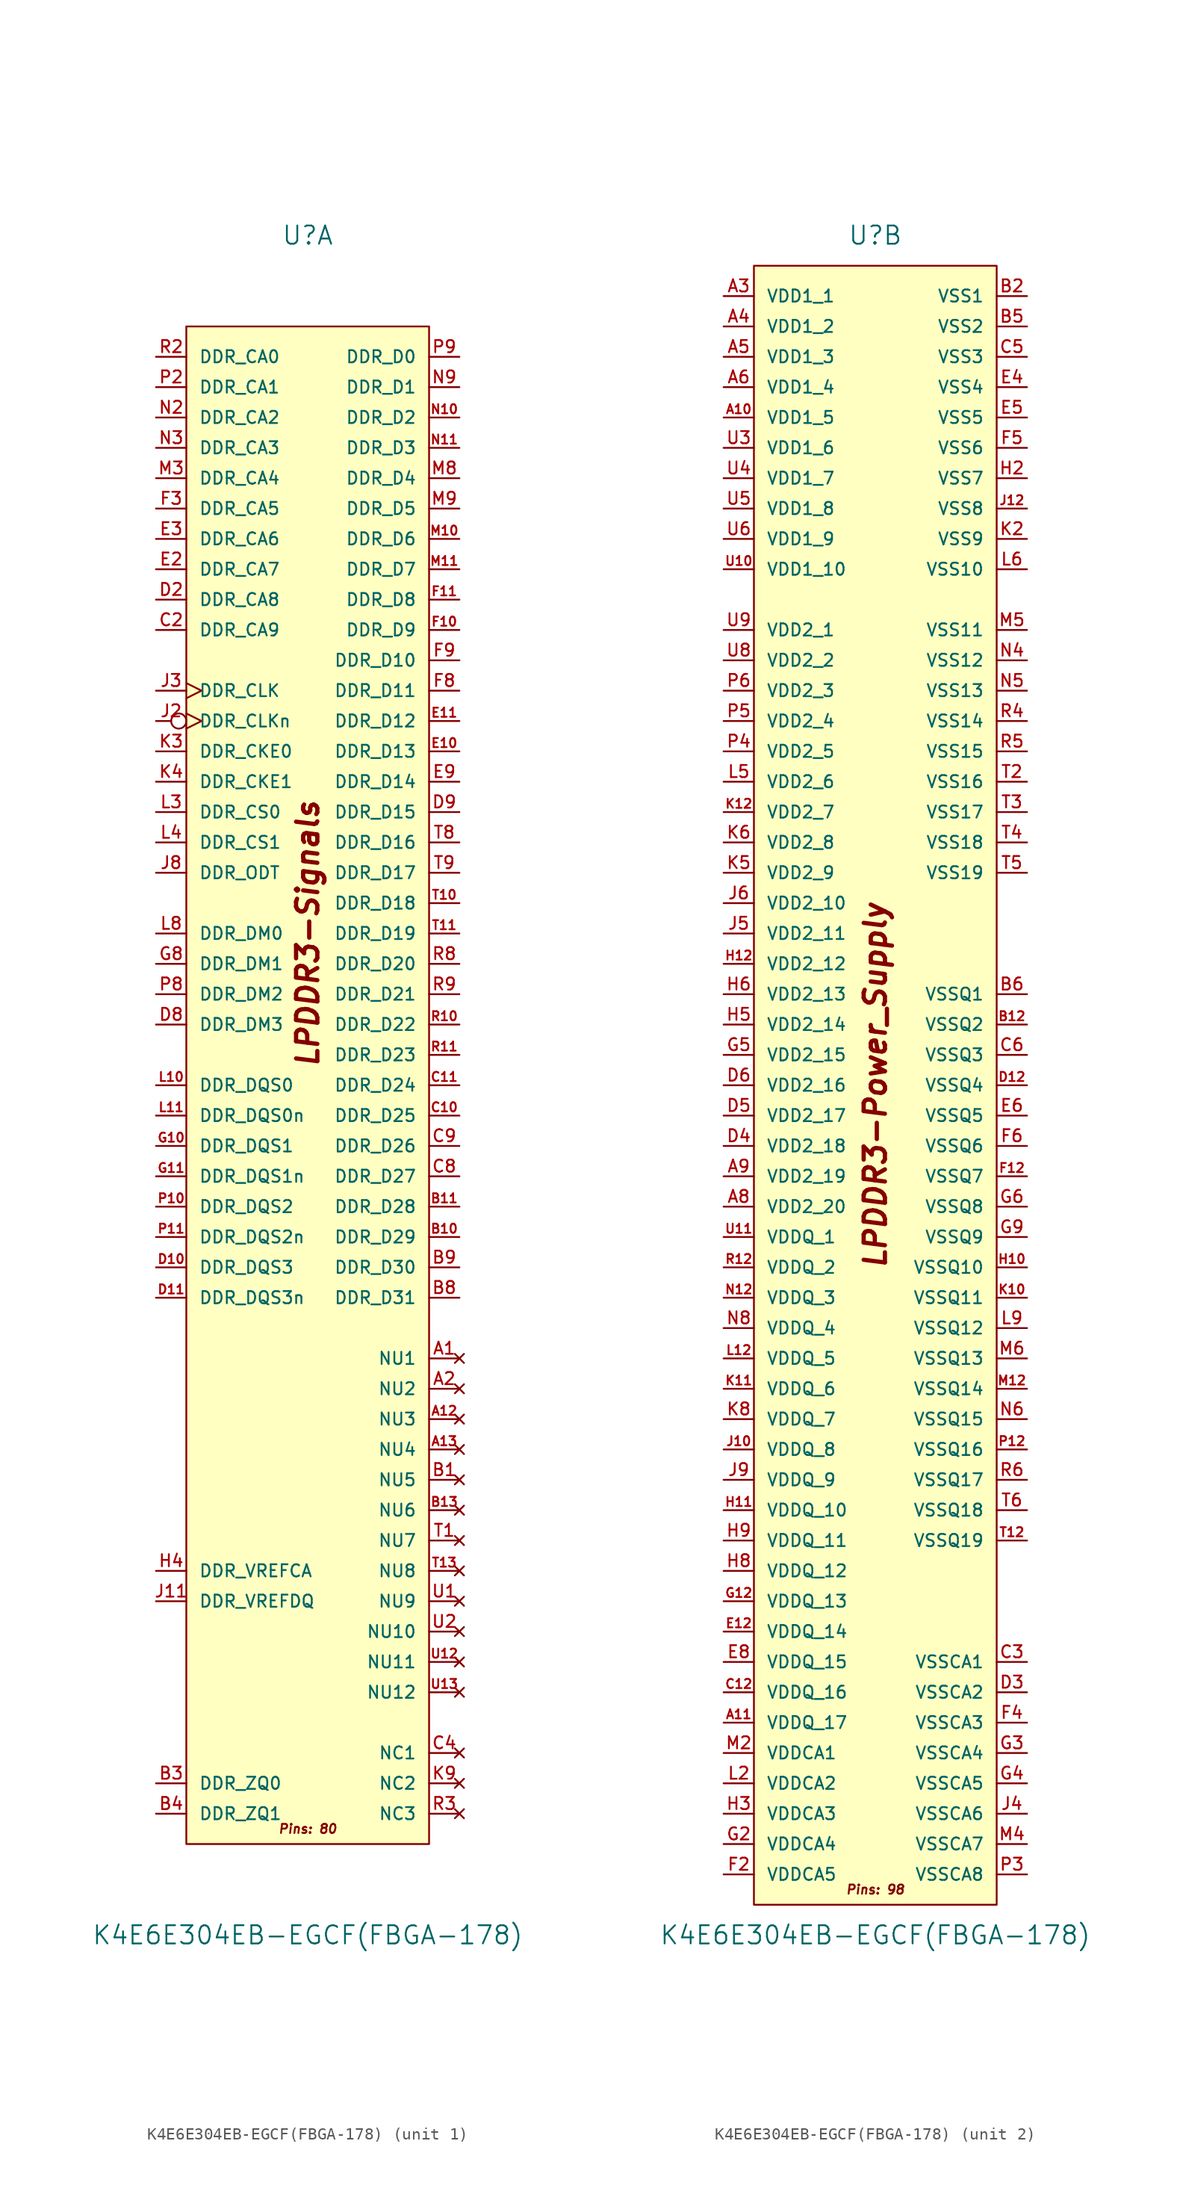
<source format=kicad_sym>
(kicad_symbol_lib
  (version 20220914)
  (generator kicad_symbol_editor)
  (symbol "K4E6E304EB-EGCF(FBGA-178)"
    (pin_names
      (offset 1.016))
    (property "Reference" "U"
      (at 0 71.12 0)
      (effects (font (size 1.524 1.524))))
    (property "Value" "K4E6E304EB-EGCF(FBGA-178)"
      (at 0 -71.12 0)
      (effects (font (size 1.524 1.524))))
    (property "ki_locked" ""
      (at 0 0 0)
      (effects (font (size 1.27 1.27))))
    (symbol "K4E6E304EB-EGCF(FBGA-178)_1_0"
      (rectangle (start -10.16 63.5) (end 10.16 -63.5) (stroke (width 0) (type solid)) (fill (type background)))
      (text "LPDDR3-Signals" (at 0 12.7 900) (effects (font (size 1.778 1.778) bold italic)))
      (text "Pins: 80" (at 0 -62.23 0) (effects (font (size 0.762 0.762) italic))))
    (symbol "K4E6E304EB-EGCF(FBGA-178)_1_1"
      (pin no_connect line (at 12.7 -22.86 180) (length 2.54) (name "NU1" (effects (font (size 1.016 1.016)))) (number "A1" (effects (font (size 1.016 1.016)))))
      (pin no_connect line (at 12.7 -27.94 180) (length 2.54) (name "NU3" (effects (font (size 1.016 1.016)))) (number "A12" (effects (font (size 0.762 0.762)))))
      (pin no_connect line (at 12.7 -30.48 180) (length 2.54) (name "NU4" (effects (font (size 1.016 1.016)))) (number "A13" (effects (font (size 0.762 0.762)))))
      (pin no_connect line (at 12.7 -25.4 180) (length 2.54) (name "NU2" (effects (font (size 1.016 1.016)))) (number "A2" (effects (font (size 1.016 1.016)))))
      (pin no_connect line (at 12.7 -33.02 180) (length 2.54) (name "NU5" (effects (font (size 1.016 1.016)))) (number "B1" (effects (font (size 1.016 1.016)))))
      (pin bidirectional line (at 12.7 -12.7 180) (length 2.54) (name "DDR_D29" (effects (font (size 1.016 1.016)))) (number "B10" (effects (font (size 0.762 0.762)))))
      (pin bidirectional line (at 12.7 -10.16 180) (length 2.54) (name "DDR_D28" (effects (font (size 1.016 1.016)))) (number "B11" (effects (font (size 0.762 0.762)))))
      (pin no_connect line (at 12.7 -35.56 180) (length 2.54) (name "NU6" (effects (font (size 1.016 1.016)))) (number "B13" (effects (font (size 0.762 0.762)))))
      (pin passive line (at -12.7 -58.42 0) (length 2.54) (name "DDR_ZQ0" (effects (font (size 1.016 1.016)))) (number "B3" (effects (font (size 1.016 1.016)))))
      (pin passive line (at -12.7 -60.96 0) (length 2.54) (name "DDR_ZQ1" (effects (font (size 1.016 1.016)))) (number "B4" (effects (font (size 1.016 1.016)))))
      (pin bidirectional line (at 12.7 -17.78 180) (length 2.54) (name "DDR_D31" (effects (font (size 1.016 1.016)))) (number "B8" (effects (font (size 1.016 1.016)))))
      (pin bidirectional line (at 12.7 -15.24 180) (length 2.54) (name "DDR_D30" (effects (font (size 1.016 1.016)))) (number "B9" (effects (font (size 1.016 1.016)))))
      (pin bidirectional line (at 12.7 -2.54 180) (length 2.54) (name "DDR_D25" (effects (font (size 1.016 1.016)))) (number "C10" (effects (font (size 0.762 0.762)))))
      (pin bidirectional line (at 12.7 0 180) (length 2.54) (name "DDR_D24" (effects (font (size 1.016 1.016)))) (number "C11" (effects (font (size 0.762 0.762)))))
      (pin input line (at -12.7 38.1 0) (length 2.54) (name "DDR_CA9" (effects (font (size 1.016 1.016)))) (number "C2" (effects (font (size 1.016 1.016)))))
      (pin no_connect line (at 12.7 -55.88 180) (length 2.54) (name "NC1" (effects (font (size 1.016 1.016)))) (number "C4" (effects (font (size 1.016 1.016)))))
      (pin bidirectional line (at 12.7 -7.62 180) (length 2.54) (name "DDR_D27" (effects (font (size 1.016 1.016)))) (number "C8" (effects (font (size 1.016 1.016)))))
      (pin bidirectional line (at 12.7 -5.08 180) (length 2.54) (name "DDR_D26" (effects (font (size 1.016 1.016)))) (number "C9" (effects (font (size 1.016 1.016)))))
      (pin input line (at -12.7 -15.24 0) (length 2.54) (name "DDR_DQS3" (effects (font (size 1.016 1.016)))) (number "D10" (effects (font (size 0.762 0.762)))))
      (pin input line (at -12.7 -17.78 0) (length 2.54) (name "DDR_DQS3n" (effects (font (size 1.016 1.016)))) (number "D11" (effects (font (size 0.762 0.762)))))
      (pin input line (at -12.7 40.64 0) (length 2.54) (name "DDR_CA8" (effects (font (size 1.016 1.016)))) (number "D2" (effects (font (size 1.016 1.016)))))
      (pin input line (at -12.7 5.08 0) (length 2.54) (name "DDR_DM3" (effects (font (size 1.016 1.016)))) (number "D8" (effects (font (size 1.016 1.016)))))
      (pin bidirectional line (at 12.7 22.86 180) (length 2.54) (name "DDR_D15" (effects (font (size 1.016 1.016)))) (number "D9" (effects (font (size 1.016 1.016)))))
      (pin bidirectional line (at 12.7 27.94 180) (length 2.54) (name "DDR_D13" (effects (font (size 1.016 1.016)))) (number "E10" (effects (font (size 0.762 0.762)))))
      (pin bidirectional line (at 12.7 30.48 180) (length 2.54) (name "DDR_D12" (effects (font (size 1.016 1.016)))) (number "E11" (effects (font (size 0.762 0.762)))))
      (pin input line (at -12.7 43.18 0) (length 2.54) (name "DDR_CA7" (effects (font (size 1.016 1.016)))) (number "E2" (effects (font (size 1.016 1.016)))))
      (pin input line (at -12.7 45.72 0) (length 2.54) (name "DDR_CA6" (effects (font (size 1.016 1.016)))) (number "E3" (effects (font (size 1.016 1.016)))))
      (pin bidirectional line (at 12.7 25.4 180) (length 2.54) (name "DDR_D14" (effects (font (size 1.016 1.016)))) (number "E9" (effects (font (size 1.016 1.016)))))
      (pin bidirectional line (at 12.7 38.1 180) (length 2.54) (name "DDR_D9" (effects (font (size 1.016 1.016)))) (number "F10" (effects (font (size 0.762 0.762)))))
      (pin bidirectional line (at 12.7 40.64 180) (length 2.54) (name "DDR_D8" (effects (font (size 1.016 1.016)))) (number "F11" (effects (font (size 0.762 0.762)))))
      (pin input line (at -12.7 48.26 0) (length 2.54) (name "DDR_CA5" (effects (font (size 1.016 1.016)))) (number "F3" (effects (font (size 1.016 1.016)))))
      (pin bidirectional line (at 12.7 33.02 180) (length 2.54) (name "DDR_D11" (effects (font (size 1.016 1.016)))) (number "F8" (effects (font (size 1.016 1.016)))))
      (pin bidirectional line (at 12.7 35.56 180) (length 2.54) (name "DDR_D10" (effects (font (size 1.016 1.016)))) (number "F9" (effects (font (size 1.016 1.016)))))
      (pin input line (at -12.7 -5.08 0) (length 2.54) (name "DDR_DQS1" (effects (font (size 1.016 1.016)))) (number "G10" (effects (font (size 0.762 0.762)))))
      (pin input line (at -12.7 -7.62 0) (length 2.54) (name "DDR_DQS1n" (effects (font (size 1.016 1.016)))) (number "G11" (effects (font (size 0.762 0.762)))))
      (pin input line (at -12.7 10.16 0) (length 2.54) (name "DDR_DM1" (effects (font (size 1.016 1.016)))) (number "G8" (effects (font (size 1.016 1.016)))))
      (pin input line (at -12.7 -40.64 0) (length 2.54) (name "DDR_VREFCA" (effects (font (size 1.016 1.016)))) (number "H4" (effects (font (size 1.016 1.016)))))
      (pin input line (at -12.7 -43.18 0) (length 2.54) (name "DDR_VREFDQ" (effects (font (size 1.016 1.016)))) (number "J11" (effects (font (size 1.016 1.016)))))
      (pin input inverted_clock (at -12.7 30.48 0) (length 2.54) (name "DDR_CLKn" (effects (font (size 1.016 1.016)))) (number "J2" (effects (font (size 1.016 1.016)))))
      (pin input clock (at -12.7 33.02 0) (length 2.54) (name "DDR_CLK" (effects (font (size 1.016 1.016)))) (number "J3" (effects (font (size 1.016 1.016)))))
      (pin input line (at -12.7 17.78 0) (length 2.54) (name "DDR_ODT" (effects (font (size 1.016 1.016)))) (number "J8" (effects (font (size 1.016 1.016)))))
      (pin input line (at -12.7 27.94 0) (length 2.54) (name "DDR_CKE0" (effects (font (size 1.016 1.016)))) (number "K3" (effects (font (size 1.016 1.016)))))
      (pin input line (at -12.7 25.4 0) (length 2.54) (name "DDR_CKE1" (effects (font (size 1.016 1.016)))) (number "K4" (effects (font (size 1.016 1.016)))))
      (pin no_connect line (at 12.7 -58.42 180) (length 2.54) (name "NC2" (effects (font (size 1.016 1.016)))) (number "K9" (effects (font (size 1.016 1.016)))))
      (pin input line (at -12.7 0 0) (length 2.54) (name "DDR_DQS0" (effects (font (size 1.016 1.016)))) (number "L10" (effects (font (size 0.762 0.762)))))
      (pin input line (at -12.7 -2.54 0) (length 2.54) (name "DDR_DQS0n" (effects (font (size 1.016 1.016)))) (number "L11" (effects (font (size 0.762 0.762)))))
      (pin input line (at -12.7 22.86 0) (length 2.54) (name "DDR_CS0" (effects (font (size 1.016 1.016)))) (number "L3" (effects (font (size 1.016 1.016)))))
      (pin input line (at -12.7 20.32 0) (length 2.54) (name "DDR_CS1" (effects (font (size 1.016 1.016)))) (number "L4" (effects (font (size 1.016 1.016)))))
      (pin input line (at -12.7 12.7 0) (length 2.54) (name "DDR_DM0" (effects (font (size 1.016 1.016)))) (number "L8" (effects (font (size 1.016 1.016)))))
      (pin bidirectional line (at 12.7 45.72 180) (length 2.54) (name "DDR_D6" (effects (font (size 1.016 1.016)))) (number "M10" (effects (font (size 0.762 0.762)))))
      (pin bidirectional line (at 12.7 43.18 180) (length 2.54) (name "DDR_D7" (effects (font (size 1.016 1.016)))) (number "M11" (effects (font (size 0.762 0.762)))))
      (pin input line (at -12.7 50.8 0) (length 2.54) (name "DDR_CA4" (effects (font (size 1.016 1.016)))) (number "M3" (effects (font (size 1.016 1.016)))))
      (pin bidirectional line (at 12.7 50.8 180) (length 2.54) (name "DDR_D4" (effects (font (size 1.016 1.016)))) (number "M8" (effects (font (size 1.016 1.016)))))
      (pin bidirectional line (at 12.7 48.26 180) (length 2.54) (name "DDR_D5" (effects (font (size 1.016 1.016)))) (number "M9" (effects (font (size 1.016 1.016)))))
      (pin bidirectional line (at 12.7 55.88 180) (length 2.54) (name "DDR_D2" (effects (font (size 1.016 1.016)))) (number "N10" (effects (font (size 0.762 0.762)))))
      (pin bidirectional line (at 12.7 53.34 180) (length 2.54) (name "DDR_D3" (effects (font (size 1.016 1.016)))) (number "N11" (effects (font (size 0.762 0.762)))))
      (pin input line (at -12.7 55.88 0) (length 2.54) (name "DDR_CA2" (effects (font (size 1.016 1.016)))) (number "N2" (effects (font (size 1.016 1.016)))))
      (pin input line (at -12.7 53.34 0) (length 2.54) (name "DDR_CA3" (effects (font (size 1.016 1.016)))) (number "N3" (effects (font (size 1.016 1.016)))))
      (pin bidirectional line (at 12.7 58.42 180) (length 2.54) (name "DDR_D1" (effects (font (size 1.016 1.016)))) (number "N9" (effects (font (size 1.016 1.016)))))
      (pin input line (at -12.7 -10.16 0) (length 2.54) (name "DDR_DQS2" (effects (font (size 1.016 1.016)))) (number "P10" (effects (font (size 0.762 0.762)))))
      (pin input line (at -12.7 -12.7 0) (length 2.54) (name "DDR_DQS2n" (effects (font (size 1.016 1.016)))) (number "P11" (effects (font (size 0.762 0.762)))))
      (pin input line (at -12.7 58.42 0) (length 2.54) (name "DDR_CA1" (effects (font (size 1.016 1.016)))) (number "P2" (effects (font (size 1.016 1.016)))))
      (pin input line (at -12.7 7.62 0) (length 2.54) (name "DDR_DM2" (effects (font (size 1.016 1.016)))) (number "P8" (effects (font (size 1.016 1.016)))))
      (pin bidirectional line (at 12.7 60.96 180) (length 2.54) (name "DDR_D0" (effects (font (size 1.016 1.016)))) (number "P9" (effects (font (size 1.016 1.016)))))
      (pin bidirectional line (at 12.7 5.08 180) (length 2.54) (name "DDR_D22" (effects (font (size 1.016 1.016)))) (number "R10" (effects (font (size 0.762 0.762)))))
      (pin bidirectional line (at 12.7 2.54 180) (length 2.54) (name "DDR_D23" (effects (font (size 1.016 1.016)))) (number "R11" (effects (font (size 0.762 0.762)))))
      (pin input line (at -12.7 60.96 0) (length 2.54) (name "DDR_CA0" (effects (font (size 1.016 1.016)))) (number "R2" (effects (font (size 1.016 1.016)))))
      (pin no_connect line (at 12.7 -60.96 180) (length 2.54) (name "NC3" (effects (font (size 1.016 1.016)))) (number "R3" (effects (font (size 1.016 1.016)))))
      (pin bidirectional line (at 12.7 10.16 180) (length 2.54) (name "DDR_D20" (effects (font (size 1.016 1.016)))) (number "R8" (effects (font (size 1.016 1.016)))))
      (pin bidirectional line (at 12.7 7.62 180) (length 2.54) (name "DDR_D21" (effects (font (size 1.016 1.016)))) (number "R9" (effects (font (size 1.016 1.016)))))
      (pin no_connect line (at 12.7 -38.1 180) (length 2.54) (name "NU7" (effects (font (size 1.016 1.016)))) (number "T1" (effects (font (size 1.016 1.016)))))
      (pin bidirectional line (at 12.7 15.24 180) (length 2.54) (name "DDR_D18" (effects (font (size 1.016 1.016)))) (number "T10" (effects (font (size 0.762 0.762)))))
      (pin bidirectional line (at 12.7 12.7 180) (length 2.54) (name "DDR_D19" (effects (font (size 1.016 1.016)))) (number "T11" (effects (font (size 0.762 0.762)))))
      (pin no_connect line (at 12.7 -40.64 180) (length 2.54) (name "NU8" (effects (font (size 1.016 1.016)))) (number "T13" (effects (font (size 0.762 0.762)))))
      (pin bidirectional line (at 12.7 20.32 180) (length 2.54) (name "DDR_D16" (effects (font (size 1.016 1.016)))) (number "T8" (effects (font (size 1.016 1.016)))))
      (pin bidirectional line (at 12.7 17.78 180) (length 2.54) (name "DDR_D17" (effects (font (size 1.016 1.016)))) (number "T9" (effects (font (size 1.016 1.016)))))
      (pin no_connect line (at 12.7 -43.18 180) (length 2.54) (name "NU9" (effects (font (size 1.016 1.016)))) (number "U1" (effects (font (size 1.016 1.016)))))
      (pin no_connect line (at 12.7 -48.26 180) (length 2.54) (name "NU11" (effects (font (size 1.016 1.016)))) (number "U12" (effects (font (size 0.762 0.762)))))
      (pin no_connect line (at 12.7 -50.8 180) (length 2.54) (name "NU12" (effects (font (size 1.016 1.016)))) (number "U13" (effects (font (size 0.762 0.762)))))
      (pin no_connect line (at 12.7 -45.72 180) (length 2.54) (name "NU10" (effects (font (size 1.016 1.016)))) (number "U2" (effects (font (size 1.016 1.016))))))
    (symbol "K4E6E304EB-EGCF(FBGA-178)_2_0"
      (rectangle (start -10.16 68.58) (end 10.16 -68.58) (stroke (width 0) (type solid)) (fill (type background)))
      (text "LPDDR3-Power_Supply" (at 0 0 900) (effects (font (size 1.778 1.778) bold italic)))
      (text "Pins: 98" (at 0 -67.31 0) (effects (font (size 0.762 0.762) italic))))
    (symbol "K4E6E304EB-EGCF(FBGA-178)_2_1"
      (pin power_in line (at -12.7 55.88 0) (length 2.54) (name "VDD1_5" (effects (font (size 1.016 1.016)))) (number "A10" (effects (font (size 0.762 0.762)))))
      (pin power_in line (at -12.7 -53.34 0) (length 2.54) (name "VDDQ_17" (effects (font (size 1.016 1.016)))) (number "A11" (effects (font (size 0.762 0.762)))))
      (pin power_in line (at -12.7 66.04 0) (length 2.54) (name "VDD1_1" (effects (font (size 1.016 1.016)))) (number "A3" (effects (font (size 1.016 1.016)))))
      (pin power_in line (at -12.7 63.5 0) (length 2.54) (name "VDD1_2" (effects (font (size 1.016 1.016)))) (number "A4" (effects (font (size 1.016 1.016)))))
      (pin power_in line (at -12.7 60.96 0) (length 2.54) (name "VDD1_3" (effects (font (size 1.016 1.016)))) (number "A5" (effects (font (size 1.016 1.016)))))
      (pin power_in line (at -12.7 58.42 0) (length 2.54) (name "VDD1_4" (effects (font (size 1.016 1.016)))) (number "A6" (effects (font (size 1.016 1.016)))))
      (pin power_in line (at -12.7 -10.16 0) (length 2.54) (name "VDD2_20" (effects (font (size 1.016 1.016)))) (number "A8" (effects (font (size 1.016 1.016)))))
      (pin power_in line (at -12.7 -7.62 0) (length 2.54) (name "VDD2_19" (effects (font (size 1.016 1.016)))) (number "A9" (effects (font (size 1.016 1.016)))))
      (pin power_in line (at 12.7 5.08 180) (length 2.54) (name "VSSQ2" (effects (font (size 1.016 1.016)))) (number "B12" (effects (font (size 0.762 0.762)))))
      (pin power_in line (at 12.7 66.04 180) (length 2.54) (name "VSS1" (effects (font (size 1.016 1.016)))) (number "B2" (effects (font (size 1.016 1.016)))))
      (pin power_in line (at 12.7 63.5 180) (length 2.54) (name "VSS2" (effects (font (size 1.016 1.016)))) (number "B5" (effects (font (size 1.016 1.016)))))
      (pin power_in line (at 12.7 7.62 180) (length 2.54) (name "VSSQ1" (effects (font (size 1.016 1.016)))) (number "B6" (effects (font (size 1.016 1.016)))))
      (pin power_in line (at -12.7 -50.8 0) (length 2.54) (name "VDDQ_16" (effects (font (size 1.016 1.016)))) (number "C12" (effects (font (size 0.762 0.762)))))
      (pin power_in line (at 12.7 -48.26 180) (length 2.54) (name "VSSCA1" (effects (font (size 1.016 1.016)))) (number "C3" (effects (font (size 1.016 1.016)))))
      (pin power_in line (at 12.7 60.96 180) (length 2.54) (name "VSS3" (effects (font (size 1.016 1.016)))) (number "C5" (effects (font (size 1.016 1.016)))))
      (pin power_in line (at 12.7 2.54 180) (length 2.54) (name "VSSQ3" (effects (font (size 1.016 1.016)))) (number "C6" (effects (font (size 1.016 1.016)))))
      (pin power_in line (at 12.7 0 180) (length 2.54) (name "VSSQ4" (effects (font (size 1.016 1.016)))) (number "D12" (effects (font (size 0.762 0.762)))))
      (pin power_in line (at 12.7 -50.8 180) (length 2.54) (name "VSSCA2" (effects (font (size 1.016 1.016)))) (number "D3" (effects (font (size 1.016 1.016)))))
      (pin power_in line (at -12.7 -5.08 0) (length 2.54) (name "VDD2_18" (effects (font (size 1.016 1.016)))) (number "D4" (effects (font (size 1.016 1.016)))))
      (pin power_in line (at -12.7 -2.54 0) (length 2.54) (name "VDD2_17" (effects (font (size 1.016 1.016)))) (number "D5" (effects (font (size 1.016 1.016)))))
      (pin power_in line (at -12.7 0 0) (length 2.54) (name "VDD2_16" (effects (font (size 1.016 1.016)))) (number "D6" (effects (font (size 1.016 1.016)))))
      (pin power_in line (at -12.7 -45.72 0) (length 2.54) (name "VDDQ_14" (effects (font (size 1.016 1.016)))) (number "E12" (effects (font (size 0.762 0.762)))))
      (pin power_in line (at 12.7 58.42 180) (length 2.54) (name "VSS4" (effects (font (size 1.016 1.016)))) (number "E4" (effects (font (size 1.016 1.016)))))
      (pin power_in line (at 12.7 55.88 180) (length 2.54) (name "VSS5" (effects (font (size 1.016 1.016)))) (number "E5" (effects (font (size 1.016 1.016)))))
      (pin power_in line (at 12.7 -2.54 180) (length 2.54) (name "VSSQ5" (effects (font (size 1.016 1.016)))) (number "E6" (effects (font (size 1.016 1.016)))))
      (pin power_in line (at -12.7 -48.26 0) (length 2.54) (name "VDDQ_15" (effects (font (size 1.016 1.016)))) (number "E8" (effects (font (size 1.016 1.016)))))
      (pin power_in line (at 12.7 -7.62 180) (length 2.54) (name "VSSQ7" (effects (font (size 1.016 1.016)))) (number "F12" (effects (font (size 0.762 0.762)))))
      (pin power_in line (at -12.7 -66.04 0) (length 2.54) (name "VDDCA5" (effects (font (size 1.016 1.016)))) (number "F2" (effects (font (size 1.016 1.016)))))
      (pin power_in line (at 12.7 -53.34 180) (length 2.54) (name "VSSCA3" (effects (font (size 1.016 1.016)))) (number "F4" (effects (font (size 1.016 1.016)))))
      (pin power_in line (at 12.7 53.34 180) (length 2.54) (name "VSS6" (effects (font (size 1.016 1.016)))) (number "F5" (effects (font (size 1.016 1.016)))))
      (pin power_in line (at 12.7 -5.08 180) (length 2.54) (name "VSSQ6" (effects (font (size 1.016 1.016)))) (number "F6" (effects (font (size 1.016 1.016)))))
      (pin power_in line (at -12.7 -43.18 0) (length 2.54) (name "VDDQ_13" (effects (font (size 1.016 1.016)))) (number "G12" (effects (font (size 0.762 0.762)))))
      (pin power_in line (at -12.7 -63.5 0) (length 2.54) (name "VDDCA4" (effects (font (size 1.016 1.016)))) (number "G2" (effects (font (size 1.016 1.016)))))
      (pin power_in line (at 12.7 -55.88 180) (length 2.54) (name "VSSCA4" (effects (font (size 1.016 1.016)))) (number "G3" (effects (font (size 1.016 1.016)))))
      (pin power_in line (at 12.7 -58.42 180) (length 2.54) (name "VSSCA5" (effects (font (size 1.016 1.016)))) (number "G4" (effects (font (size 1.016 1.016)))))
      (pin power_in line (at -12.7 2.54 0) (length 2.54) (name "VDD2_15" (effects (font (size 1.016 1.016)))) (number "G5" (effects (font (size 1.016 1.016)))))
      (pin power_in line (at 12.7 -10.16 180) (length 2.54) (name "VSSQ8" (effects (font (size 1.016 1.016)))) (number "G6" (effects (font (size 1.016 1.016)))))
      (pin power_in line (at 12.7 -12.7 180) (length 2.54) (name "VSSQ9" (effects (font (size 1.016 1.016)))) (number "G9" (effects (font (size 1.016 1.016)))))
      (pin power_in line (at 12.7 -15.24 180) (length 2.54) (name "VSSQ10" (effects (font (size 1.016 1.016)))) (number "H10" (effects (font (size 0.762 0.762)))))
      (pin power_in line (at -12.7 -35.56 0) (length 2.54) (name "VDDQ_10" (effects (font (size 1.016 1.016)))) (number "H11" (effects (font (size 0.762 0.762)))))
      (pin power_in line (at -12.7 10.16 0) (length 2.54) (name "VDD2_12" (effects (font (size 1.016 1.016)))) (number "H12" (effects (font (size 0.762 0.762)))))
      (pin power_in line (at 12.7 50.8 180) (length 2.54) (name "VSS7" (effects (font (size 1.016 1.016)))) (number "H2" (effects (font (size 1.016 1.016)))))
      (pin power_in line (at -12.7 -60.96 0) (length 2.54) (name "VDDCA3" (effects (font (size 1.016 1.016)))) (number "H3" (effects (font (size 1.016 1.016)))))
      (pin power_in line (at -12.7 5.08 0) (length 2.54) (name "VDD2_14" (effects (font (size 1.016 1.016)))) (number "H5" (effects (font (size 1.016 1.016)))))
      (pin power_in line (at -12.7 7.62 0) (length 2.54) (name "VDD2_13" (effects (font (size 1.016 1.016)))) (number "H6" (effects (font (size 1.016 1.016)))))
      (pin power_in line (at -12.7 -40.64 0) (length 2.54) (name "VDDQ_12" (effects (font (size 1.016 1.016)))) (number "H8" (effects (font (size 1.016 1.016)))))
      (pin power_in line (at -12.7 -38.1 0) (length 2.54) (name "VDDQ_11" (effects (font (size 1.016 1.016)))) (number "H9" (effects (font (size 1.016 1.016)))))
      (pin power_in line (at -12.7 -30.48 0) (length 2.54) (name "VDDQ_8" (effects (font (size 1.016 1.016)))) (number "J10" (effects (font (size 0.762 0.762)))))
      (pin power_in line (at 12.7 48.26 180) (length 2.54) (name "VSS8" (effects (font (size 1.016 1.016)))) (number "J12" (effects (font (size 0.762 0.762)))))
      (pin power_in line (at 12.7 -60.96 180) (length 2.54) (name "VSSCA6" (effects (font (size 1.016 1.016)))) (number "J4" (effects (font (size 1.016 1.016)))))
      (pin power_in line (at -12.7 12.7 0) (length 2.54) (name "VDD2_11" (effects (font (size 1.016 1.016)))) (number "J5" (effects (font (size 1.016 1.016)))))
      (pin power_in line (at -12.7 15.24 0) (length 2.54) (name "VDD2_10" (effects (font (size 1.016 1.016)))) (number "J6" (effects (font (size 1.016 1.016)))))
      (pin power_in line (at -12.7 -33.02 0) (length 2.54) (name "VDDQ_9" (effects (font (size 1.016 1.016)))) (number "J9" (effects (font (size 1.016 1.016)))))
      (pin power_in line (at 12.7 -17.78 180) (length 2.54) (name "VSSQ11" (effects (font (size 1.016 1.016)))) (number "K10" (effects (font (size 0.762 0.762)))))
      (pin power_in line (at -12.7 -25.4 0) (length 2.54) (name "VDDQ_6" (effects (font (size 1.016 1.016)))) (number "K11" (effects (font (size 0.762 0.762)))))
      (pin power_in line (at -12.7 22.86 0) (length 2.54) (name "VDD2_7" (effects (font (size 1.016 1.016)))) (number "K12" (effects (font (size 0.762 0.762)))))
      (pin power_in line (at 12.7 45.72 180) (length 2.54) (name "VSS9" (effects (font (size 1.016 1.016)))) (number "K2" (effects (font (size 1.016 1.016)))))
      (pin power_in line (at -12.7 17.78 0) (length 2.54) (name "VDD2_9" (effects (font (size 1.016 1.016)))) (number "K5" (effects (font (size 1.016 1.016)))))
      (pin power_in line (at -12.7 20.32 0) (length 2.54) (name "VDD2_8" (effects (font (size 1.016 1.016)))) (number "K6" (effects (font (size 1.016 1.016)))))
      (pin power_in line (at -12.7 -27.94 0) (length 2.54) (name "VDDQ_7" (effects (font (size 1.016 1.016)))) (number "K8" (effects (font (size 1.016 1.016)))))
      (pin power_in line (at -12.7 -22.86 0) (length 2.54) (name "VDDQ_5" (effects (font (size 1.016 1.016)))) (number "L12" (effects (font (size 0.762 0.762)))))
      (pin power_in line (at -12.7 -58.42 0) (length 2.54) (name "VDDCA2" (effects (font (size 1.016 1.016)))) (number "L2" (effects (font (size 1.016 1.016)))))
      (pin power_in line (at -12.7 25.4 0) (length 2.54) (name "VDD2_6" (effects (font (size 1.016 1.016)))) (number "L5" (effects (font (size 1.016 1.016)))))
      (pin power_in line (at 12.7 43.18 180) (length 2.54) (name "VSS10" (effects (font (size 1.016 1.016)))) (number "L6" (effects (font (size 1.016 1.016)))))
      (pin power_in line (at 12.7 -20.32 180) (length 2.54) (name "VSSQ12" (effects (font (size 1.016 1.016)))) (number "L9" (effects (font (size 1.016 1.016)))))
      (pin power_in line (at 12.7 -25.4 180) (length 2.54) (name "VSSQ14" (effects (font (size 1.016 1.016)))) (number "M12" (effects (font (size 0.762 0.762)))))
      (pin power_in line (at -12.7 -55.88 0) (length 2.54) (name "VDDCA1" (effects (font (size 1.016 1.016)))) (number "M2" (effects (font (size 1.016 1.016)))))
      (pin power_in line (at 12.7 -63.5 180) (length 2.54) (name "VSSCA7" (effects (font (size 1.016 1.016)))) (number "M4" (effects (font (size 1.016 1.016)))))
      (pin power_in line (at 12.7 38.1 180) (length 2.54) (name "VSS11" (effects (font (size 1.016 1.016)))) (number "M5" (effects (font (size 1.016 1.016)))))
      (pin power_in line (at 12.7 -22.86 180) (length 2.54) (name "VSSQ13" (effects (font (size 1.016 1.016)))) (number "M6" (effects (font (size 1.016 1.016)))))
      (pin power_in line (at -12.7 -17.78 0) (length 2.54) (name "VDDQ_3" (effects (font (size 1.016 1.016)))) (number "N12" (effects (font (size 0.762 0.762)))))
      (pin power_in line (at 12.7 35.56 180) (length 2.54) (name "VSS12" (effects (font (size 1.016 1.016)))) (number "N4" (effects (font (size 1.016 1.016)))))
      (pin power_in line (at 12.7 33.02 180) (length 2.54) (name "VSS13" (effects (font (size 1.016 1.016)))) (number "N5" (effects (font (size 1.016 1.016)))))
      (pin power_in line (at 12.7 -27.94 180) (length 2.54) (name "VSSQ15" (effects (font (size 1.016 1.016)))) (number "N6" (effects (font (size 1.016 1.016)))))
      (pin power_in line (at -12.7 -20.32 0) (length 2.54) (name "VDDQ_4" (effects (font (size 1.016 1.016)))) (number "N8" (effects (font (size 1.016 1.016)))))
      (pin power_in line (at 12.7 -30.48 180) (length 2.54) (name "VSSQ16" (effects (font (size 1.016 1.016)))) (number "P12" (effects (font (size 0.762 0.762)))))
      (pin power_in line (at 12.7 -66.04 180) (length 2.54) (name "VSSCA8" (effects (font (size 1.016 1.016)))) (number "P3" (effects (font (size 1.016 1.016)))))
      (pin power_in line (at -12.7 27.94 0) (length 2.54) (name "VDD2_5" (effects (font (size 1.016 1.016)))) (number "P4" (effects (font (size 1.016 1.016)))))
      (pin power_in line (at -12.7 30.48 0) (length 2.54) (name "VDD2_4" (effects (font (size 1.016 1.016)))) (number "P5" (effects (font (size 1.016 1.016)))))
      (pin power_in line (at -12.7 33.02 0) (length 2.54) (name "VDD2_3" (effects (font (size 1.016 1.016)))) (number "P6" (effects (font (size 1.016 1.016)))))
      (pin power_in line (at -12.7 -15.24 0) (length 2.54) (name "VDDQ_2" (effects (font (size 1.016 1.016)))) (number "R12" (effects (font (size 0.762 0.762)))))
      (pin power_in line (at 12.7 30.48 180) (length 2.54) (name "VSS14" (effects (font (size 1.016 1.016)))) (number "R4" (effects (font (size 1.016 1.016)))))
      (pin power_in line (at 12.7 27.94 180) (length 2.54) (name "VSS15" (effects (font (size 1.016 1.016)))) (number "R5" (effects (font (size 1.016 1.016)))))
      (pin power_in line (at 12.7 -33.02 180) (length 2.54) (name "VSSQ17" (effects (font (size 1.016 1.016)))) (number "R6" (effects (font (size 1.016 1.016)))))
      (pin power_in line (at 12.7 -38.1 180) (length 2.54) (name "VSSQ19" (effects (font (size 1.016 1.016)))) (number "T12" (effects (font (size 0.762 0.762)))))
      (pin power_in line (at 12.7 25.4 180) (length 2.54) (name "VSS16" (effects (font (size 1.016 1.016)))) (number "T2" (effects (font (size 1.016 1.016)))))
      (pin power_in line (at 12.7 22.86 180) (length 2.54) (name "VSS17" (effects (font (size 1.016 1.016)))) (number "T3" (effects (font (size 1.016 1.016)))))
      (pin power_in line (at 12.7 20.32 180) (length 2.54) (name "VSS18" (effects (font (size 1.016 1.016)))) (number "T4" (effects (font (size 1.016 1.016)))))
      (pin power_in line (at 12.7 17.78 180) (length 2.54) (name "VSS19" (effects (font (size 1.016 1.016)))) (number "T5" (effects (font (size 1.016 1.016)))))
      (pin power_in line (at 12.7 -35.56 180) (length 2.54) (name "VSSQ18" (effects (font (size 1.016 1.016)))) (number "T6" (effects (font (size 1.016 1.016)))))
      (pin power_in line (at -12.7 43.18 0) (length 2.54) (name "VDD1_10" (effects (font (size 1.016 1.016)))) (number "U10" (effects (font (size 0.762 0.762)))))
      (pin power_in line (at -12.7 -12.7 0) (length 2.54) (name "VDDQ_1" (effects (font (size 1.016 1.016)))) (number "U11" (effects (font (size 0.762 0.762)))))
      (pin power_in line (at -12.7 53.34 0) (length 2.54) (name "VDD1_6" (effects (font (size 1.016 1.016)))) (number "U3" (effects (font (size 1.016 1.016)))))
      (pin power_in line (at -12.7 50.8 0) (length 2.54) (name "VDD1_7" (effects (font (size 1.016 1.016)))) (number "U4" (effects (font (size 1.016 1.016)))))
      (pin power_in line (at -12.7 48.26 0) (length 2.54) (name "VDD1_8" (effects (font (size 1.016 1.016)))) (number "U5" (effects (font (size 1.016 1.016)))))
      (pin power_in line (at -12.7 45.72 0) (length 2.54) (name "VDD1_9" (effects (font (size 1.016 1.016)))) (number "U6" (effects (font (size 1.016 1.016)))))
      (pin power_in line (at -12.7 35.56 0) (length 2.54) (name "VDD2_2" (effects (font (size 1.016 1.016)))) (number "U8" (effects (font (size 1.016 1.016)))))
      (pin power_in line (at -12.7 38.1 0) (length 2.54) (name "VDD2_1" (effects (font (size 1.016 1.016)))) (number "U9" (effects (font (size 1.016 1.016))))))))
</source>
